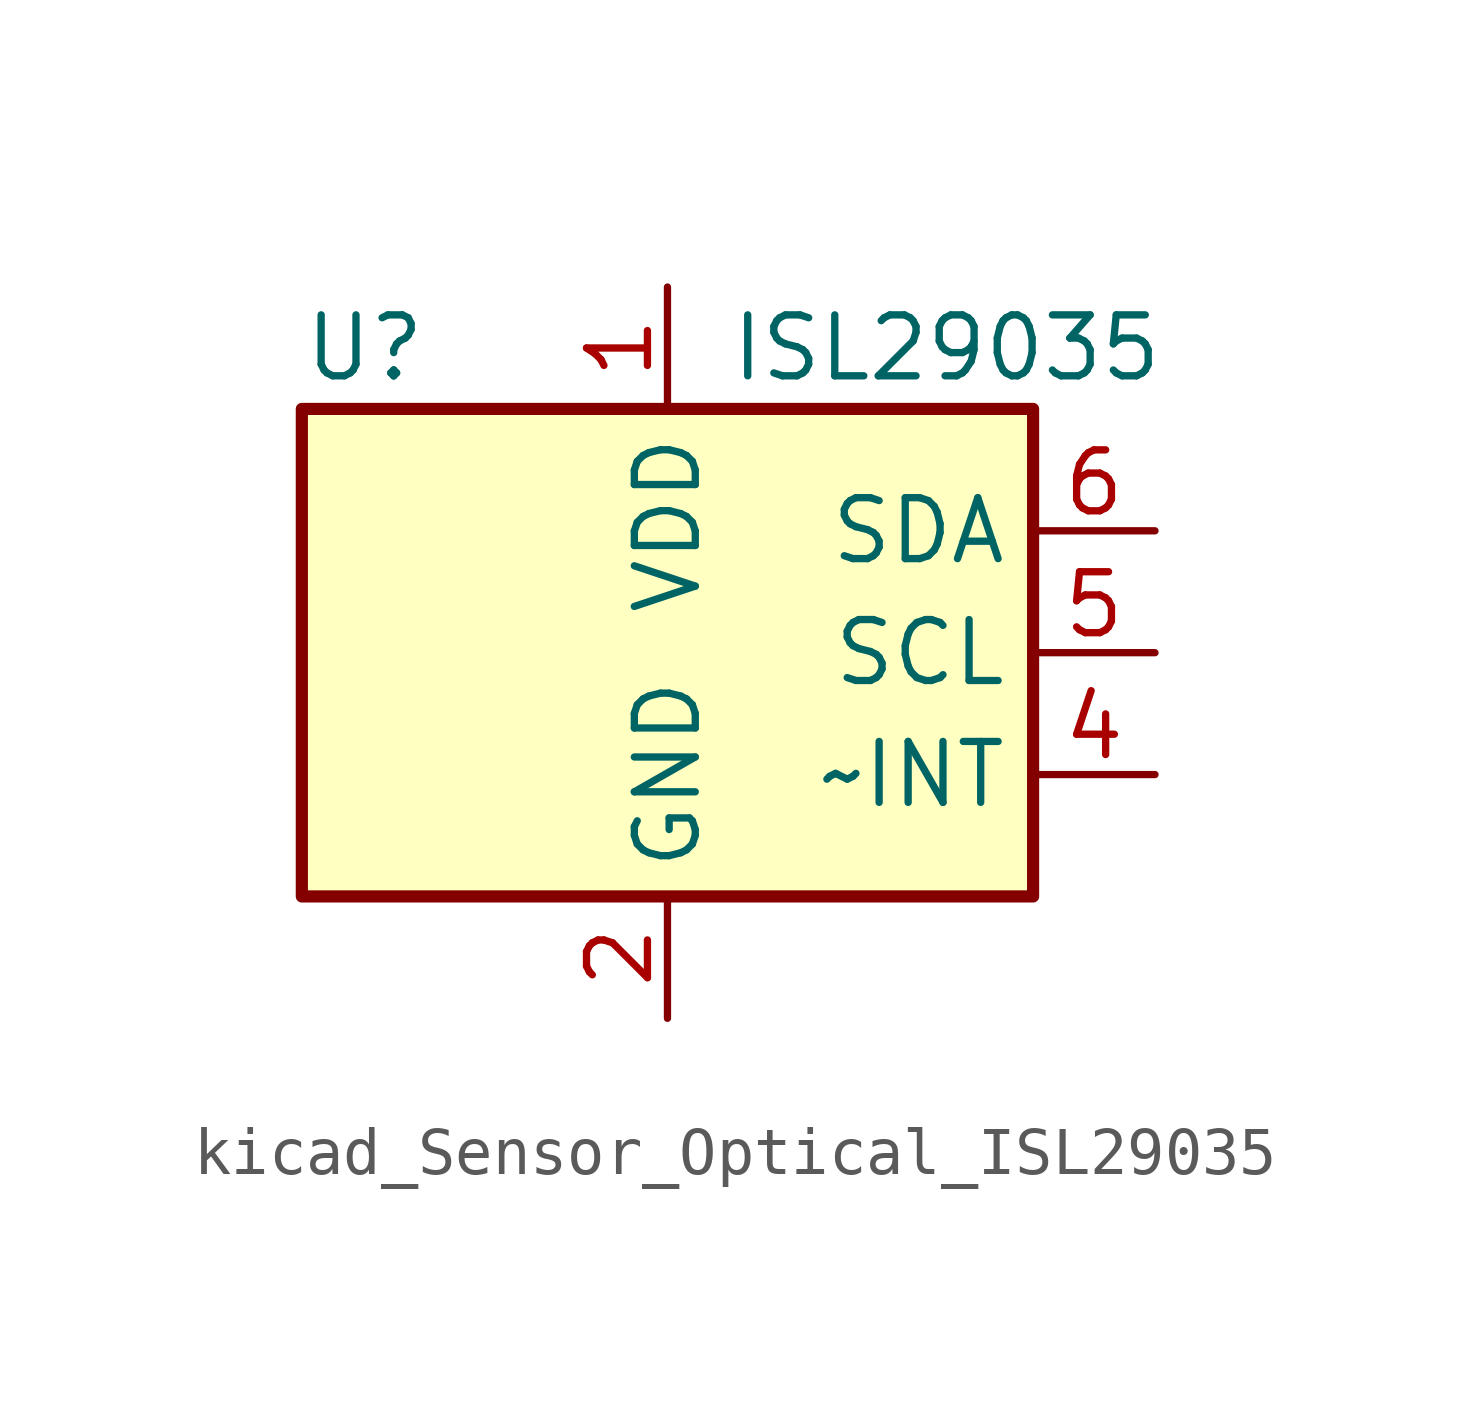
<source format=kicad_sym>
(kicad_symbol_lib
  (version 20220914)
  (generator kicad_symbol_editor)
  (symbol "kicad_Sensor_Optical_ISL29035"
    (property "Reference" "U"
      (at -7.62 6.35 0)
      (effects (font (size 1.27 1.27)) (justify left)))
    (property "Value" "ISL29035"
      (at 1.27 6.35 0)
      (effects (font (size 1.27 1.27)) (justify left)))
    (symbol "kicad_Sensor_Optical_ISL29035_0_1"
      (rectangle (start -7.62 5.08) (end 7.62 -5.08) (stroke (width 0.254) (type default)) (fill (type background))))
    (symbol "kicad_Sensor_Optical_ISL29035_1_1"
      (pin power_in line (at 0 7.62 270) (length 2.54) (name "VDD" (effects (font (size 1.27 1.27)))) (number "1" (effects (font (size 1.27 1.27)))))
      (pin power_in line (at 0 -7.62 90) (length 2.54) (name "GND" (effects (font (size 1.27 1.27)))) (number "2" (effects (font (size 1.27 1.27)))))
      (pin no_connect line (at -7.62 0 0) (length 2.54) hide (name "NC" (effects (font (size 1.27 1.27)))) (number "3" (effects (font (size 1.27 1.27)))))
      (pin open_collector line (at 10.16 -2.54 180) (length 2.54) (name "~INT" (effects (font (size 1.27 1.27)))) (number "4" (effects (font (size 1.27 1.27)))))
      (pin input line (at 10.16 0 180) (length 2.54) (name "SCL" (effects (font (size 1.27 1.27)))) (number "5" (effects (font (size 1.27 1.27)))))
      (pin bidirectional line (at 10.16 2.54 180) (length 2.54) (name "SDA" (effects (font (size 1.27 1.27)))) (number "6" (effects (font (size 1.27 1.27))))))))
</source>
